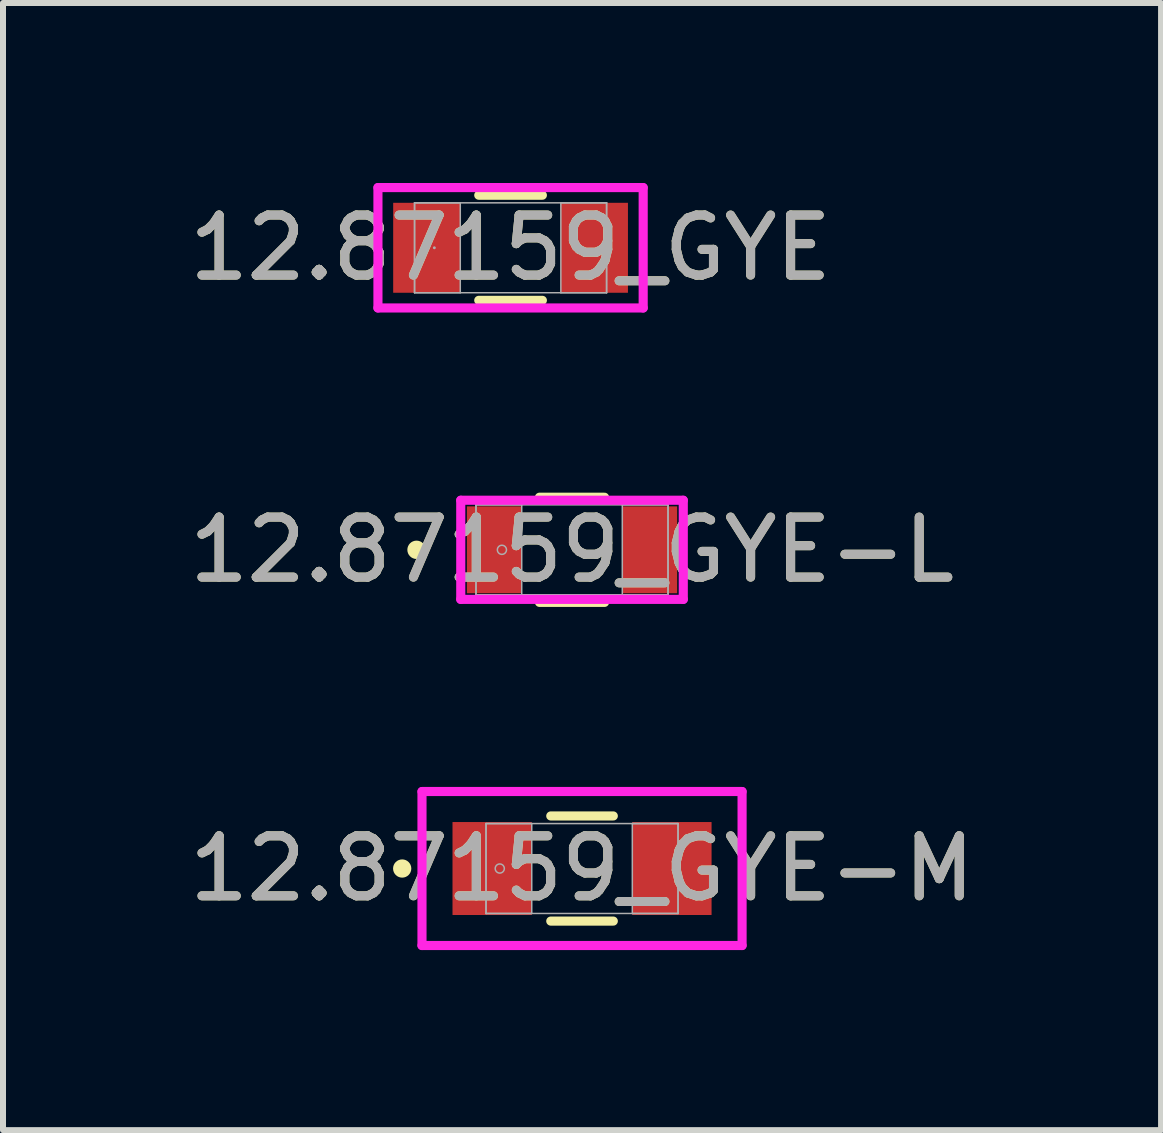
<source format=kicad_pcb>
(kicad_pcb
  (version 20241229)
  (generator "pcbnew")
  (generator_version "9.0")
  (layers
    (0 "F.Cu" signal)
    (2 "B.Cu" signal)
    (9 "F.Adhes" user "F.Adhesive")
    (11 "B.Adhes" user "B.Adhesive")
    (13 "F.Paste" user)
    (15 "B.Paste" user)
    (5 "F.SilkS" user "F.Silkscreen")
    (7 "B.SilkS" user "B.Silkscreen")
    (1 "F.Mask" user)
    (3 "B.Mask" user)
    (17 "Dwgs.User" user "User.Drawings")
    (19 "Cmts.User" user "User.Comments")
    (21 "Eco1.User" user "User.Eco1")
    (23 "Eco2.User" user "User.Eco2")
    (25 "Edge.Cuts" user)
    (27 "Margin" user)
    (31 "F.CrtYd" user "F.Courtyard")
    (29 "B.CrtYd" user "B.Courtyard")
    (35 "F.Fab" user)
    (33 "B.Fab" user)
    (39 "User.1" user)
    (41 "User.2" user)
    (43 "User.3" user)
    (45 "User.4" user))
  (footprint "12.87159_GYE-M"
    (layer "F.Cu")
    (at 6.649 11.423)
    (property "Reference" "12.87159_GYE-M" (at 0 0 0) (unlocked yes) (layer "F.SilkS") (effects (font (size 1 1) (thickness 0.15))))
    (attr smd)
    (fp_line (start -0.521 0.876) (end 0.521 0.876) (stroke (width 0.152) (type solid)) (layer "F.SilkS"))
    (fp_line (start 0.521 -0.876) (end -0.521 -0.876) (stroke (width 0.152) (type solid)) (layer "F.SilkS"))
    (fp_circle (center -2.997 0) (end -2.921 0) (stroke (width 0.152) (type solid)) (fill no) (layer "F.SilkS"))
    (fp_line (start -2.667 -1.283) (end 2.667 -1.283) (stroke (width 0.152) (type solid)) (layer "F.CrtYd"))
    (fp_line (start -2.667 1.283) (end -2.667 -1.283) (stroke (width 0.152) (type solid)) (layer "F.CrtYd"))
    (fp_line (start 2.667 -1.283) (end 2.667 1.283) (stroke (width 0.152) (type solid)) (layer "F.CrtYd"))
    (fp_line (start 2.667 1.283) (end -2.667 1.283) (stroke (width 0.152) (type solid)) (layer "F.CrtYd"))
    (fp_line (start -1.6 -0.749) (end -1.6 0.749) (stroke (width 0.025) (type solid)) (layer "F.Fab"))
    (fp_line (start -1.6 -0.749) (end -1.6 0.749) (stroke (width 0.025) (type solid)) (layer "F.Fab"))
    (fp_line (start -1.6 0.749) (end -0.838 0.749) (stroke (width 0.025) (type solid)) (layer "F.Fab"))
    (fp_line (start -1.6 0.749) (end 1.6 0.749) (stroke (width 0.025) (type solid)) (layer "F.Fab"))
    (fp_line (start -0.838 -0.749) (end -1.6 -0.749) (stroke (width 0.025) (type solid)) (layer "F.Fab"))
    (fp_line (start -0.838 0.749) (end -0.838 -0.749) (stroke (width 0.025) (type solid)) (layer "F.Fab"))
    (fp_line (start 0.838 -0.749) (end 0.838 0.749) (stroke (width 0.025) (type solid)) (layer "F.Fab"))
    (fp_line (start 0.838 0.749) (end 1.6 0.749) (stroke (width 0.025) (type solid)) (layer "F.Fab"))
    (fp_line (start 1.6 -0.749) (end -1.6 -0.749) (stroke (width 0.025) (type solid)) (layer "F.Fab"))
    (fp_line (start 1.6 -0.749) (end 0.838 -0.749) (stroke (width 0.025) (type solid)) (layer "F.Fab"))
    (fp_line (start 1.6 0.749) (end 1.6 -0.749) (stroke (width 0.025) (type solid)) (layer "F.Fab"))
    (fp_line (start 1.6 0.749) (end 1.6 -0.749) (stroke (width 0.025) (type solid)) (layer "F.Fab"))
    (fp_circle (center -1.371 0) (end -1.295 0) (stroke (width 0.025) (type solid)) (fill no) (layer "F.Fab"))
    (fp_text user "${REFERENCE}" (at 0 0 0) (unlocked yes) (layer "F.Fab") (effects (font (size 1 1) (thickness 0.15))))
    (pad "1" smd rect (at -1.498 0) (size 1.321 1.549) (layers "F.Cu" "F.Mask" "F.Paste"))
    (pad "2" smd rect (at 1.498 0) (size 1.321 1.549) (layers "F.Cu" "F.Mask" "F.Paste"))
    (zone (net_name "") (layer "F.Cu") (hatch full 0.508) (connect_pads) (min_thickness 0.254) (filled_areas_thickness no) (keepout (tracks not_allowed) (vias not_allowed) (pads allowed) (copperpour not_allowed) (footprints allowed)) (placement (enabled no)) (fill) (polygon (pts (xy 5.862 10.724) (xy 7.436 10.724) (xy 7.436 12.121) (xy 5.862 12.121)))))
  (footprint "12.87159_GYE-L"
    (layer "F.Cu")
    (at 6.482 6.112)
    (property "Reference" "12.87159_GYE-L" (at 0 0 0) (unlocked yes) (layer "F.SilkS") (effects (font (size 1 1) (thickness 0.15))))
    (attr smd)
    (fp_line (start -0.542 0.876) (end 0.542 0.876) (stroke (width 0.152) (type solid)) (layer "F.SilkS"))
    (fp_line (start 0.542 -0.876) (end -0.542 -0.876) (stroke (width 0.152) (type solid)) (layer "F.SilkS"))
    (fp_circle (center -2.591 0) (end -2.514 0) (stroke (width 0.152) (type solid)) (fill no) (layer "F.SilkS"))
    (fp_line (start -1.854 -0.826) (end 1.854 -0.826) (stroke (width 0.152) (type solid)) (layer "F.CrtYd"))
    (fp_line (start -1.854 0.826) (end -1.854 -0.826) (stroke (width 0.152) (type solid)) (layer "F.CrtYd"))
    (fp_line (start 1.854 -0.826) (end 1.854 0.826) (stroke (width 0.152) (type solid)) (layer "F.CrtYd"))
    (fp_line (start 1.854 0.826) (end -1.854 0.826) (stroke (width 0.152) (type solid)) (layer "F.CrtYd"))
    (fp_line (start -1.6 -0.749) (end -1.6 0.749) (stroke (width 0.025) (type solid)) (layer "F.Fab"))
    (fp_line (start -1.6 -0.749) (end -1.6 0.749) (stroke (width 0.025) (type solid)) (layer "F.Fab"))
    (fp_line (start -1.6 0.749) (end -0.838 0.749) (stroke (width 0.025) (type solid)) (layer "F.Fab"))
    (fp_line (start -1.6 0.749) (end 1.6 0.749) (stroke (width 0.025) (type solid)) (layer "F.Fab"))
    (fp_line (start -0.838 -0.749) (end -1.6 -0.749) (stroke (width 0.025) (type solid)) (layer "F.Fab"))
    (fp_line (start -0.838 0.749) (end -0.838 -0.749) (stroke (width 0.025) (type solid)) (layer "F.Fab"))
    (fp_line (start 0.838 -0.749) (end 0.838 0.749) (stroke (width 0.025) (type solid)) (layer "F.Fab"))
    (fp_line (start 0.838 0.749) (end 1.6 0.749) (stroke (width 0.025) (type solid)) (layer "F.Fab"))
    (fp_line (start 1.6 -0.749) (end -1.6 -0.749) (stroke (width 0.025) (type solid)) (layer "F.Fab"))
    (fp_line (start 1.6 -0.749) (end 0.838 -0.749) (stroke (width 0.025) (type solid)) (layer "F.Fab"))
    (fp_line (start 1.6 0.749) (end 1.6 -0.749) (stroke (width 0.025) (type solid)) (layer "F.Fab"))
    (fp_line (start 1.6 0.749) (end 1.6 -0.749) (stroke (width 0.025) (type solid)) (layer "F.Fab"))
    (fp_circle (center -1.168 0) (end -1.092 0) (stroke (width 0.025) (type solid)) (fill no) (layer "F.Fab"))
    (fp_text user "${REFERENCE}" (at 0 0 0) (unlocked yes) (layer "F.Fab") (effects (font (size 1 1) (thickness 0.15))))
    (pad "1" smd rect (at -1.295 0) (size 0.914 1.448) (layers "F.Cu" "F.Mask" "F.Paste"))
    (pad "2" smd rect (at 1.295 0) (size 0.914 1.448) (layers "F.Cu" "F.Mask" "F.Paste"))
    (zone (net_name "") (layer "F.Cu") (hatch full 0.508) (connect_pads) (min_thickness 0.254) (filled_areas_thickness no) (keepout (tracks not_allowed) (vias not_allowed) (pads allowed) (copperpour not_allowed) (footprints allowed)) (placement (enabled no)) (fill) (polygon (pts (xy 5.695 5.413) (xy 7.269 5.413) (xy 7.269 6.81) (xy 5.695 6.81)))))
  (footprint "12.87159_GYE"
    (layer "F.Cu")
    (at 5.458 1.079)
    (property "Reference" "12.87159_GYE" (at 0 0 0) (unlocked yes) (layer "F.SilkS") (effects (font (size 1 1) (thickness 0.15))))
    (attr smd)
    (fp_line (start -0.53 0.876) (end 0.53 0.876) (stroke (width 0.152) (type solid)) (layer "F.SilkS"))
    (fp_line (start 0.53 -0.876) (end -0.53 -0.876) (stroke (width 0.152) (type solid)) (layer "F.SilkS"))
    (fp_line (start -2.21 -1.003) (end 2.21 -1.003) (stroke (width 0.152) (type solid)) (layer "F.CrtYd"))
    (fp_line (start -2.21 1.003) (end -2.21 -1.003) (stroke (width 0.152) (type solid)) (layer "F.CrtYd"))
    (fp_line (start 2.21 -1.003) (end 2.21 1.003) (stroke (width 0.152) (type solid)) (layer "F.CrtYd"))
    (fp_line (start 2.21 1.003) (end -2.21 1.003) (stroke (width 0.152) (type solid)) (layer "F.CrtYd"))
    (fp_line (start -1.6 -0.749) (end -1.6 0.749) (stroke (width 0.025) (type solid)) (layer "F.Fab"))
    (fp_line (start -1.6 -0.749) (end -1.6 0.749) (stroke (width 0.025) (type solid)) (layer "F.Fab"))
    (fp_line (start -1.6 0.749) (end -0.838 0.749) (stroke (width 0.025) (type solid)) (layer "F.Fab"))
    (fp_line (start -1.6 0.749) (end 1.6 0.749) (stroke (width 0.025) (type solid)) (layer "F.Fab"))
    (fp_line (start -0.838 -0.749) (end -1.6 -0.749) (stroke (width 0.025) (type solid)) (layer "F.Fab"))
    (fp_line (start -0.838 0.749) (end -0.838 -0.749) (stroke (width 0.025) (type solid)) (layer "F.Fab"))
    (fp_line (start 0.838 -0.749) (end 0.838 0.749) (stroke (width 0.025) (type solid)) (layer "F.Fab"))
    (fp_line (start 0.838 0.749) (end 1.6 0.749) (stroke (width 0.025) (type solid)) (layer "F.Fab"))
    (fp_line (start 1.6 -0.749) (end -1.6 -0.749) (stroke (width 0.025) (type solid)) (layer "F.Fab"))
    (fp_line (start 1.6 -0.749) (end 0.838 -0.749) (stroke (width 0.025) (type solid)) (layer "F.Fab"))
    (fp_line (start 1.6 0.749) (end 1.6 -0.749) (stroke (width 0.025) (type solid)) (layer "F.Fab"))
    (fp_line (start 1.6 0.749) (end 1.6 -0.749) (stroke (width 0.025) (type solid)) (layer "F.Fab"))
    (fp_circle (center -1.27 0) (end -1.27 0) (stroke (width 0.025) (type solid)) (fill no) (layer "F.Fab"))
    (fp_text user "${REFERENCE}" (at 0 0 0) (unlocked yes) (layer "F.Fab") (effects (font (size 1 1) (thickness 0.15))))
    (pad "1" smd rect (at -1.397 0) (size 1.118 1.499) (layers "F.Cu" "F.Mask" "F.Paste"))
    (pad "2" smd rect (at 1.397 0) (size 1.118 1.499) (layers "F.Cu" "F.Mask" "F.Paste"))
    (zone (net_name "") (layer "F.Cu") (hatch full 0.508) (connect_pads) (min_thickness 0.254) (filled_areas_thickness no) (keepout (tracks not_allowed) (vias not_allowed) (pads allowed) (copperpour not_allowed) (footprints allowed)) (placement (enabled no)) (fill) (polygon (pts (xy 4.671 0.381) (xy 6.246 0.381) (xy 6.246 1.778) (xy 4.671 1.778)))))
  (gr_rect
    (start -3 -3)
    (end 16.298 15.782)
    (stroke (width 0.1) (type default))
    (fill no)
    (layer "Edge.Cuts")))
</source>
